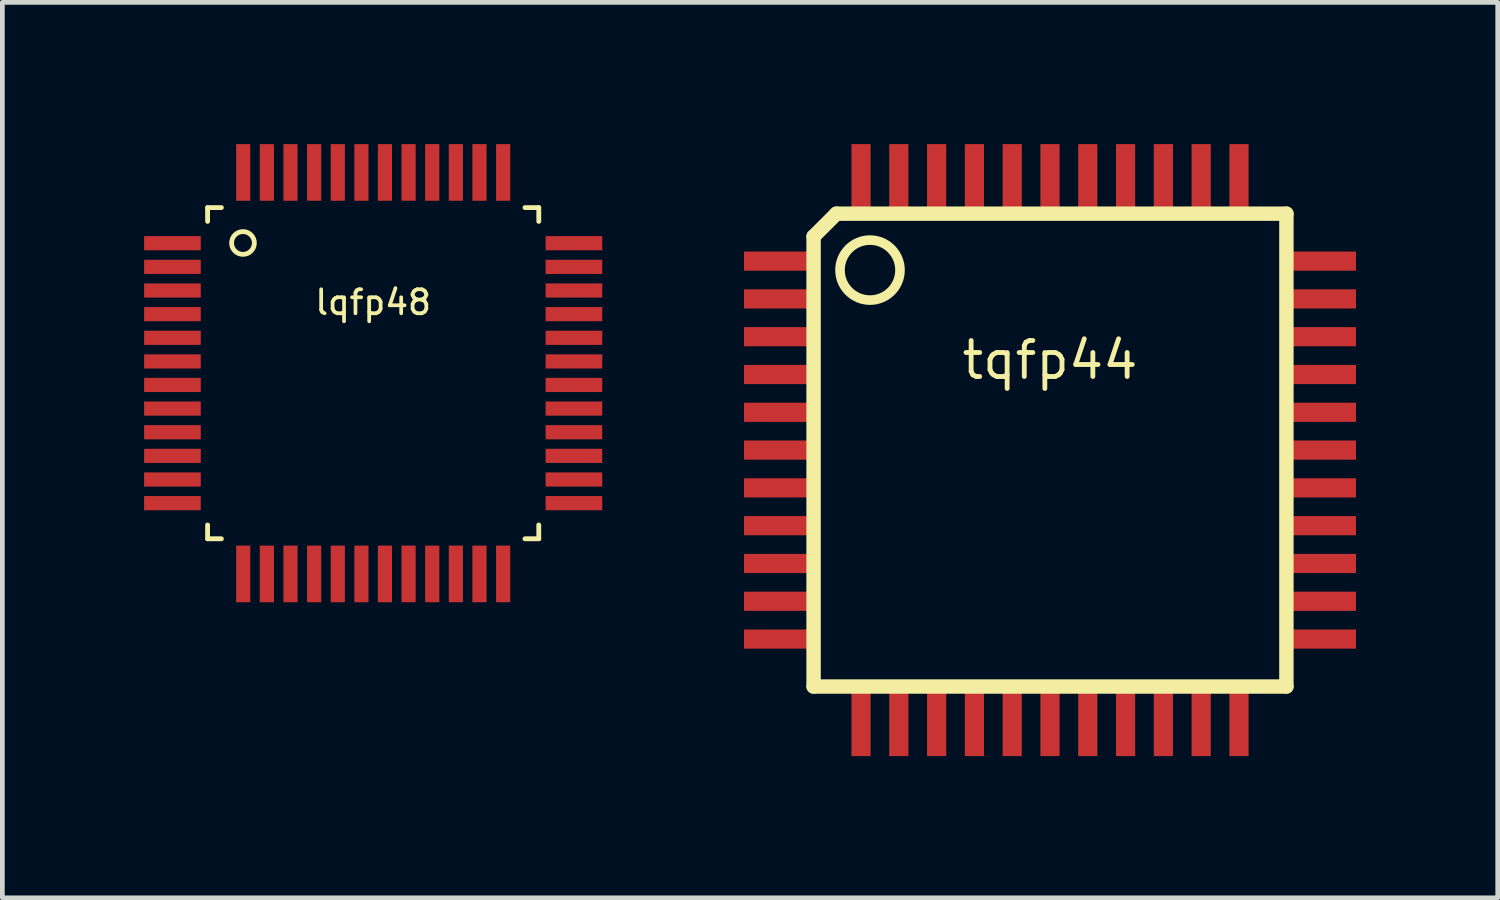
<source format=kicad_pcb>
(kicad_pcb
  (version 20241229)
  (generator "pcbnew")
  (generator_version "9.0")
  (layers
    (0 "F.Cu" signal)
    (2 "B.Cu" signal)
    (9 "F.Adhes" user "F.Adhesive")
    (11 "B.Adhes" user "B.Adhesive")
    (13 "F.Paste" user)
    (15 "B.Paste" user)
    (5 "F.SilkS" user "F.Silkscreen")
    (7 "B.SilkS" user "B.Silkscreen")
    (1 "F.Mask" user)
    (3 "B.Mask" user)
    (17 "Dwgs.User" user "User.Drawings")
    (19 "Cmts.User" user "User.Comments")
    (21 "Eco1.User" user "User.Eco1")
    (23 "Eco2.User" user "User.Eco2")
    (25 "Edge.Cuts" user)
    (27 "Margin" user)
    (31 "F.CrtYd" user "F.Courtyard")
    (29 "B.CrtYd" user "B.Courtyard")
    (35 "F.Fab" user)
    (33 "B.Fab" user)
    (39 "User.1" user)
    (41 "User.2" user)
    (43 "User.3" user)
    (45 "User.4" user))
  (footprint "lqfp48"
    (layer "F.Cu")
    (at 4.849 4.849)
    (property "Reference" "lqfp48" (at 0 -1.499 0) (layer "F.SilkS") (effects (font (size 0.508 0.508) (thickness 0.079))))
    (attr through_hole)
    (fp_line (start -3.505 -3.505) (end -3.505 -3.213) (stroke (width 0.102) (type solid)) (layer "F.SilkS"))
    (fp_line (start -3.505 -3.505) (end -3.213 -3.505) (stroke (width 0.102) (type solid)) (layer "F.SilkS"))
    (fp_line (start -3.505 3.505) (end -3.505 3.213) (stroke (width 0.102) (type solid)) (layer "F.SilkS"))
    (fp_line (start -3.505 3.505) (end -3.213 3.505) (stroke (width 0.102) (type solid)) (layer "F.SilkS"))
    (fp_line (start 3.505 -3.505) (end 3.213 -3.505) (stroke (width 0.102) (type solid)) (layer "F.SilkS"))
    (fp_line (start 3.505 -3.505) (end 3.505 -3.213) (stroke (width 0.102) (type solid)) (layer "F.SilkS"))
    (fp_line (start 3.505 3.505) (end 3.213 3.505) (stroke (width 0.102) (type solid)) (layer "F.SilkS"))
    (fp_line (start 3.505 3.505) (end 3.505 3.213) (stroke (width 0.102) (type solid)) (layer "F.SilkS"))
    (fp_circle (center -2.756 -2.756) (end -2.997 -2.756) (stroke (width 0.102) (type solid)) (fill no) (layer "F.SilkS"))
    (pad "1" smd rect (at -4.249 -2.751 90) (size 0.3 1.199) (layers "F.Cu" "F.Mask" "F.Paste"))
    (pad "2" smd rect (at -4.249 -2.25 90) (size 0.3 1.199) (layers "F.Cu" "F.Mask" "F.Paste"))
    (pad "3" smd rect (at -4.249 -1.75 90) (size 0.3 1.199) (layers "F.Cu" "F.Mask" "F.Paste"))
    (pad "4" smd rect (at -4.249 -1.25 90) (size 0.3 1.199) (layers "F.Cu" "F.Mask" "F.Paste"))
    (pad "5" smd rect (at -4.249 -0.749 90) (size 0.3 1.199) (layers "F.Cu" "F.Mask" "F.Paste"))
    (pad "6" smd rect (at -4.249 -0.249 90) (size 0.3 1.199) (layers "F.Cu" "F.Mask" "F.Paste"))
    (pad "7" smd rect (at -4.249 0.249 90) (size 0.3 1.199) (layers "F.Cu" "F.Mask" "F.Paste"))
    (pad "8" smd rect (at -4.249 0.749 90) (size 0.3 1.199) (layers "F.Cu" "F.Mask" "F.Paste"))
    (pad "9" smd rect (at -4.249 1.25 90) (size 0.3 1.199) (layers "F.Cu" "F.Mask" "F.Paste"))
    (pad "10" smd rect (at -4.249 1.75 90) (size 0.3 1.199) (layers "F.Cu" "F.Mask" "F.Paste"))
    (pad "11" smd rect (at -4.249 2.25 90) (size 0.3 1.199) (layers "F.Cu" "F.Mask" "F.Paste"))
    (pad "12" smd rect (at -4.249 2.751 90) (size 0.3 1.199) (layers "F.Cu" "F.Mask" "F.Paste"))
    (pad "13" smd rect (at -2.751 4.249) (size 0.3 1.199) (layers "F.Cu" "F.Mask" "F.Paste"))
    (pad "14" smd rect (at -2.25 4.249) (size 0.3 1.199) (layers "F.Cu" "F.Mask" "F.Paste"))
    (pad "15" smd rect (at -1.75 4.249) (size 0.3 1.199) (layers "F.Cu" "F.Mask" "F.Paste"))
    (pad "16" smd rect (at -1.25 4.249) (size 0.3 1.199) (layers "F.Cu" "F.Mask" "F.Paste"))
    (pad "17" smd rect (at -0.749 4.249) (size 0.3 1.199) (layers "F.Cu" "F.Mask" "F.Paste"))
    (pad "18" smd rect (at -0.249 4.249) (size 0.3 1.199) (layers "F.Cu" "F.Mask" "F.Paste"))
    (pad "19" smd rect (at 0.249 4.249) (size 0.3 1.199) (layers "F.Cu" "F.Mask" "F.Paste"))
    (pad "20" smd rect (at 0.749 4.249) (size 0.3 1.199) (layers "F.Cu" "F.Mask" "F.Paste"))
    (pad "21" smd rect (at 1.25 4.249) (size 0.3 1.199) (layers "F.Cu" "F.Mask" "F.Paste"))
    (pad "22" smd rect (at 1.75 4.249) (size 0.3 1.199) (layers "F.Cu" "F.Mask" "F.Paste"))
    (pad "23" smd rect (at 2.25 4.249) (size 0.3 1.199) (layers "F.Cu" "F.Mask" "F.Paste"))
    (pad "24" smd rect (at 2.751 4.249) (size 0.3 1.199) (layers "F.Cu" "F.Mask" "F.Paste"))
    (pad "25" smd rect (at 4.249 2.751 270) (size 0.3 1.199) (layers "F.Cu" "F.Mask" "F.Paste"))
    (pad "26" smd rect (at 4.249 2.25 270) (size 0.3 1.199) (layers "F.Cu" "F.Mask" "F.Paste"))
    (pad "27" smd rect (at 4.249 1.75 270) (size 0.3 1.199) (layers "F.Cu" "F.Mask" "F.Paste"))
    (pad "28" smd rect (at 4.249 1.25 270) (size 0.3 1.199) (layers "F.Cu" "F.Mask" "F.Paste"))
    (pad "29" smd rect (at 4.249 0.749 270) (size 0.3 1.199) (layers "F.Cu" "F.Mask" "F.Paste"))
    (pad "30" smd rect (at 4.249 0.249 270) (size 0.3 1.199) (layers "F.Cu" "F.Mask" "F.Paste"))
    (pad "31" smd rect (at 4.249 -0.249 270) (size 0.3 1.199) (layers "F.Cu" "F.Mask" "F.Paste"))
    (pad "32" smd rect (at 4.249 -0.749 270) (size 0.3 1.199) (layers "F.Cu" "F.Mask" "F.Paste"))
    (pad "33" smd rect (at 4.249 -1.25 270) (size 0.3 1.199) (layers "F.Cu" "F.Mask" "F.Paste"))
    (pad "34" smd rect (at 4.249 -1.75 270) (size 0.3 1.199) (layers "F.Cu" "F.Mask" "F.Paste"))
    (pad "35" smd rect (at 4.249 -2.25 270) (size 0.3 1.199) (layers "F.Cu" "F.Mask" "F.Paste"))
    (pad "36" smd rect (at 4.249 -2.751 270) (size 0.3 1.199) (layers "F.Cu" "F.Mask" "F.Paste"))
    (pad "37" smd rect (at 2.751 -4.249 180) (size 0.3 1.199) (layers "F.Cu" "F.Mask" "F.Paste"))
    (pad "38" smd rect (at 2.25 -4.249 180) (size 0.3 1.199) (layers "F.Cu" "F.Mask" "F.Paste"))
    (pad "39" smd rect (at 1.75 -4.249 180) (size 0.3 1.199) (layers "F.Cu" "F.Mask" "F.Paste"))
    (pad "40" smd rect (at 1.25 -4.249 180) (size 0.3 1.199) (layers "F.Cu" "F.Mask" "F.Paste"))
    (pad "41" smd rect (at 0.749 -4.249 180) (size 0.3 1.199) (layers "F.Cu" "F.Mask" "F.Paste"))
    (pad "42" smd rect (at 0.249 -4.249 180) (size 0.3 1.199) (layers "F.Cu" "F.Mask" "F.Paste"))
    (pad "43" smd rect (at -0.249 -4.249 180) (size 0.3 1.199) (layers "F.Cu" "F.Mask" "F.Paste"))
    (pad "44" smd rect (at -0.749 -4.249 180) (size 0.3 1.199) (layers "F.Cu" "F.Mask" "F.Paste"))
    (pad "45" smd rect (at -1.25 -4.249 180) (size 0.3 1.199) (layers "F.Cu" "F.Mask" "F.Paste"))
    (pad "46" smd rect (at -1.75 -4.249 180) (size 0.3 1.199) (layers "F.Cu" "F.Mask" "F.Paste"))
    (pad "47" smd rect (at -2.25 -4.249 180) (size 0.3 1.199) (layers "F.Cu" "F.Mask" "F.Paste"))
    (pad "48" smd rect (at -2.751 -4.249 180) (size 0.3 1.199) (layers "F.Cu" "F.Mask" "F.Paste")))
  (footprint "tqfp44"
    (layer "F.Cu")
    (at 19.175 6.477)
    (property "Reference" "tqfp44" (at 0 -1.905 0) (layer "F.SilkS") (effects (font (size 0.762 0.762) (thickness 0.102))))
    (attr smd)
    (fp_line (start -5.004 -4.521) (end -5.004 5.004) (stroke (width 0.305) (type solid)) (layer "F.SilkS"))
    (fp_line (start -5.004 -4.521) (end -4.521 -5.004) (stroke (width 0.305) (type solid)) (layer "F.SilkS"))
    (fp_line (start -4.521 -5.004) (end 5.004 -5.004) (stroke (width 0.305) (type solid)) (layer "F.SilkS"))
    (fp_line (start 5.004 -5.004) (end 5.004 5.004) (stroke (width 0.305) (type solid)) (layer "F.SilkS"))
    (fp_line (start 5.004 5.004) (end -5.004 5.004) (stroke (width 0.305) (type solid)) (layer "F.SilkS"))
    (fp_circle (center -3.81 -3.81) (end -3.81 -3.175) (stroke (width 0.203) (type solid)) (fill no) (layer "F.SilkS"))
    (pad "1" smd rect (at -5.715 -4) (size 1.524 0.406) (layers "F.Cu" "F.Mask" "F.Paste"))
    (pad "2" smd rect (at -5.715 -3.2) (size 1.524 0.406) (layers "F.Cu" "F.Mask" "F.Paste"))
    (pad "3" smd rect (at -5.715 -2.4) (size 1.524 0.406) (layers "F.Cu" "F.Mask" "F.Paste"))
    (pad "4" smd rect (at -5.715 -1.6) (size 1.524 0.406) (layers "F.Cu" "F.Mask" "F.Paste"))
    (pad "5" smd rect (at -5.715 -0.8) (size 1.524 0.406) (layers "F.Cu" "F.Mask" "F.Paste"))
    (pad "6" smd rect (at -5.715 0) (size 1.524 0.406) (layers "F.Cu" "F.Mask" "F.Paste"))
    (pad "7" smd rect (at -5.715 0.8) (size 1.524 0.406) (layers "F.Cu" "F.Mask" "F.Paste"))
    (pad "8" smd rect (at -5.715 1.6) (size 1.524 0.406) (layers "F.Cu" "F.Mask" "F.Paste"))
    (pad "9" smd rect (at -5.715 2.4) (size 1.524 0.406) (layers "F.Cu" "F.Mask" "F.Paste"))
    (pad "10" smd rect (at -5.715 3.2) (size 1.524 0.406) (layers "F.Cu" "F.Mask" "F.Paste"))
    (pad "11" smd rect (at -5.715 4) (size 1.524 0.406) (layers "F.Cu" "F.Mask" "F.Paste"))
    (pad "12" smd rect (at -4 5.715) (size 0.406 1.524) (layers "F.Cu" "F.Mask" "F.Paste"))
    (pad "13" smd rect (at -3.2 5.715) (size 0.406 1.524) (layers "F.Cu" "F.Mask" "F.Paste"))
    (pad "14" smd rect (at -2.4 5.715) (size 0.406 1.524) (layers "F.Cu" "F.Mask" "F.Paste"))
    (pad "15" smd rect (at -1.6 5.715) (size 0.406 1.524) (layers "F.Cu" "F.Mask" "F.Paste"))
    (pad "16" smd rect (at -0.8 5.715) (size 0.406 1.524) (layers "F.Cu" "F.Mask" "F.Paste"))
    (pad "17" smd rect (at 0 5.715) (size 0.406 1.524) (layers "F.Cu" "F.Mask" "F.Paste"))
    (pad "18" smd rect (at 0.8 5.715) (size 0.406 1.524) (layers "F.Cu" "F.Mask" "F.Paste"))
    (pad "19" smd rect (at 1.6 5.715) (size 0.406 1.524) (layers "F.Cu" "F.Mask" "F.Paste"))
    (pad "20" smd rect (at 2.4 5.715) (size 0.406 1.524) (layers "F.Cu" "F.Mask" "F.Paste"))
    (pad "21" smd rect (at 3.2 5.715) (size 0.406 1.524) (layers "F.Cu" "F.Mask" "F.Paste"))
    (pad "22" smd rect (at 4 5.715) (size 0.406 1.524) (layers "F.Cu" "F.Mask" "F.Paste"))
    (pad "23" smd rect (at 5.715 4) (size 1.524 0.406) (layers "F.Cu" "F.Mask" "F.Paste"))
    (pad "24" smd rect (at 5.715 3.2) (size 1.524 0.406) (layers "F.Cu" "F.Mask" "F.Paste"))
    (pad "25" smd rect (at 5.715 2.4) (size 1.524 0.406) (layers "F.Cu" "F.Mask" "F.Paste"))
    (pad "26" smd rect (at 5.715 1.6) (size 1.524 0.406) (layers "F.Cu" "F.Mask" "F.Paste"))
    (pad "27" smd rect (at 5.715 0.8) (size 1.524 0.406) (layers "F.Cu" "F.Mask" "F.Paste"))
    (pad "28" smd rect (at 5.715 0) (size 1.524 0.406) (layers "F.Cu" "F.Mask" "F.Paste"))
    (pad "29" smd rect (at 5.715 -0.8) (size 1.524 0.406) (layers "F.Cu" "F.Mask" "F.Paste"))
    (pad "30" smd rect (at 5.715 -1.6) (size 1.524 0.406) (layers "F.Cu" "F.Mask" "F.Paste"))
    (pad "31" smd rect (at 5.715 -2.4) (size 1.524 0.406) (layers "F.Cu" "F.Mask" "F.Paste"))
    (pad "32" smd rect (at 5.715 -3.2) (size 1.524 0.406) (layers "F.Cu" "F.Mask" "F.Paste"))
    (pad "33" smd rect (at 5.715 -4) (size 1.524 0.406) (layers "F.Cu" "F.Mask" "F.Paste"))
    (pad "34" smd rect (at 4 -5.715) (size 0.406 1.524) (layers "F.Cu" "F.Mask" "F.Paste"))
    (pad "35" smd rect (at 3.2 -5.715) (size 0.406 1.524) (layers "F.Cu" "F.Mask" "F.Paste"))
    (pad "36" smd rect (at 2.4 -5.715) (size 0.406 1.524) (layers "F.Cu" "F.Mask" "F.Paste"))
    (pad "37" smd rect (at 1.6 -5.715) (size 0.406 1.524) (layers "F.Cu" "F.Mask" "F.Paste"))
    (pad "38" smd rect (at 0.8 -5.715) (size 0.406 1.524) (layers "F.Cu" "F.Mask" "F.Paste"))
    (pad "39" smd rect (at 0 -5.715) (size 0.406 1.524) (layers "F.Cu" "F.Mask" "F.Paste"))
    (pad "40" smd rect (at -0.8 -5.715) (size 0.406 1.524) (layers "F.Cu" "F.Mask" "F.Paste"))
    (pad "41" smd rect (at -1.6 -5.715) (size 0.406 1.524) (layers "F.Cu" "F.Mask" "F.Paste"))
    (pad "42" smd rect (at -2.4 -5.715) (size 0.406 1.524) (layers "F.Cu" "F.Mask" "F.Paste"))
    (pad "43" smd rect (at -3.2 -5.715) (size 0.406 1.524) (layers "F.Cu" "F.Mask" "F.Paste"))
    (pad "44" smd rect (at -4 -5.715) (size 0.406 1.524) (layers "F.Cu" "F.Mask" "F.Paste")))
  (gr_rect
    (start -3 -3)
    (end 28.652 15.954)
    (stroke (width 0.1) (type default))
    (fill no)
    (layer "Edge.Cuts")))
</source>
